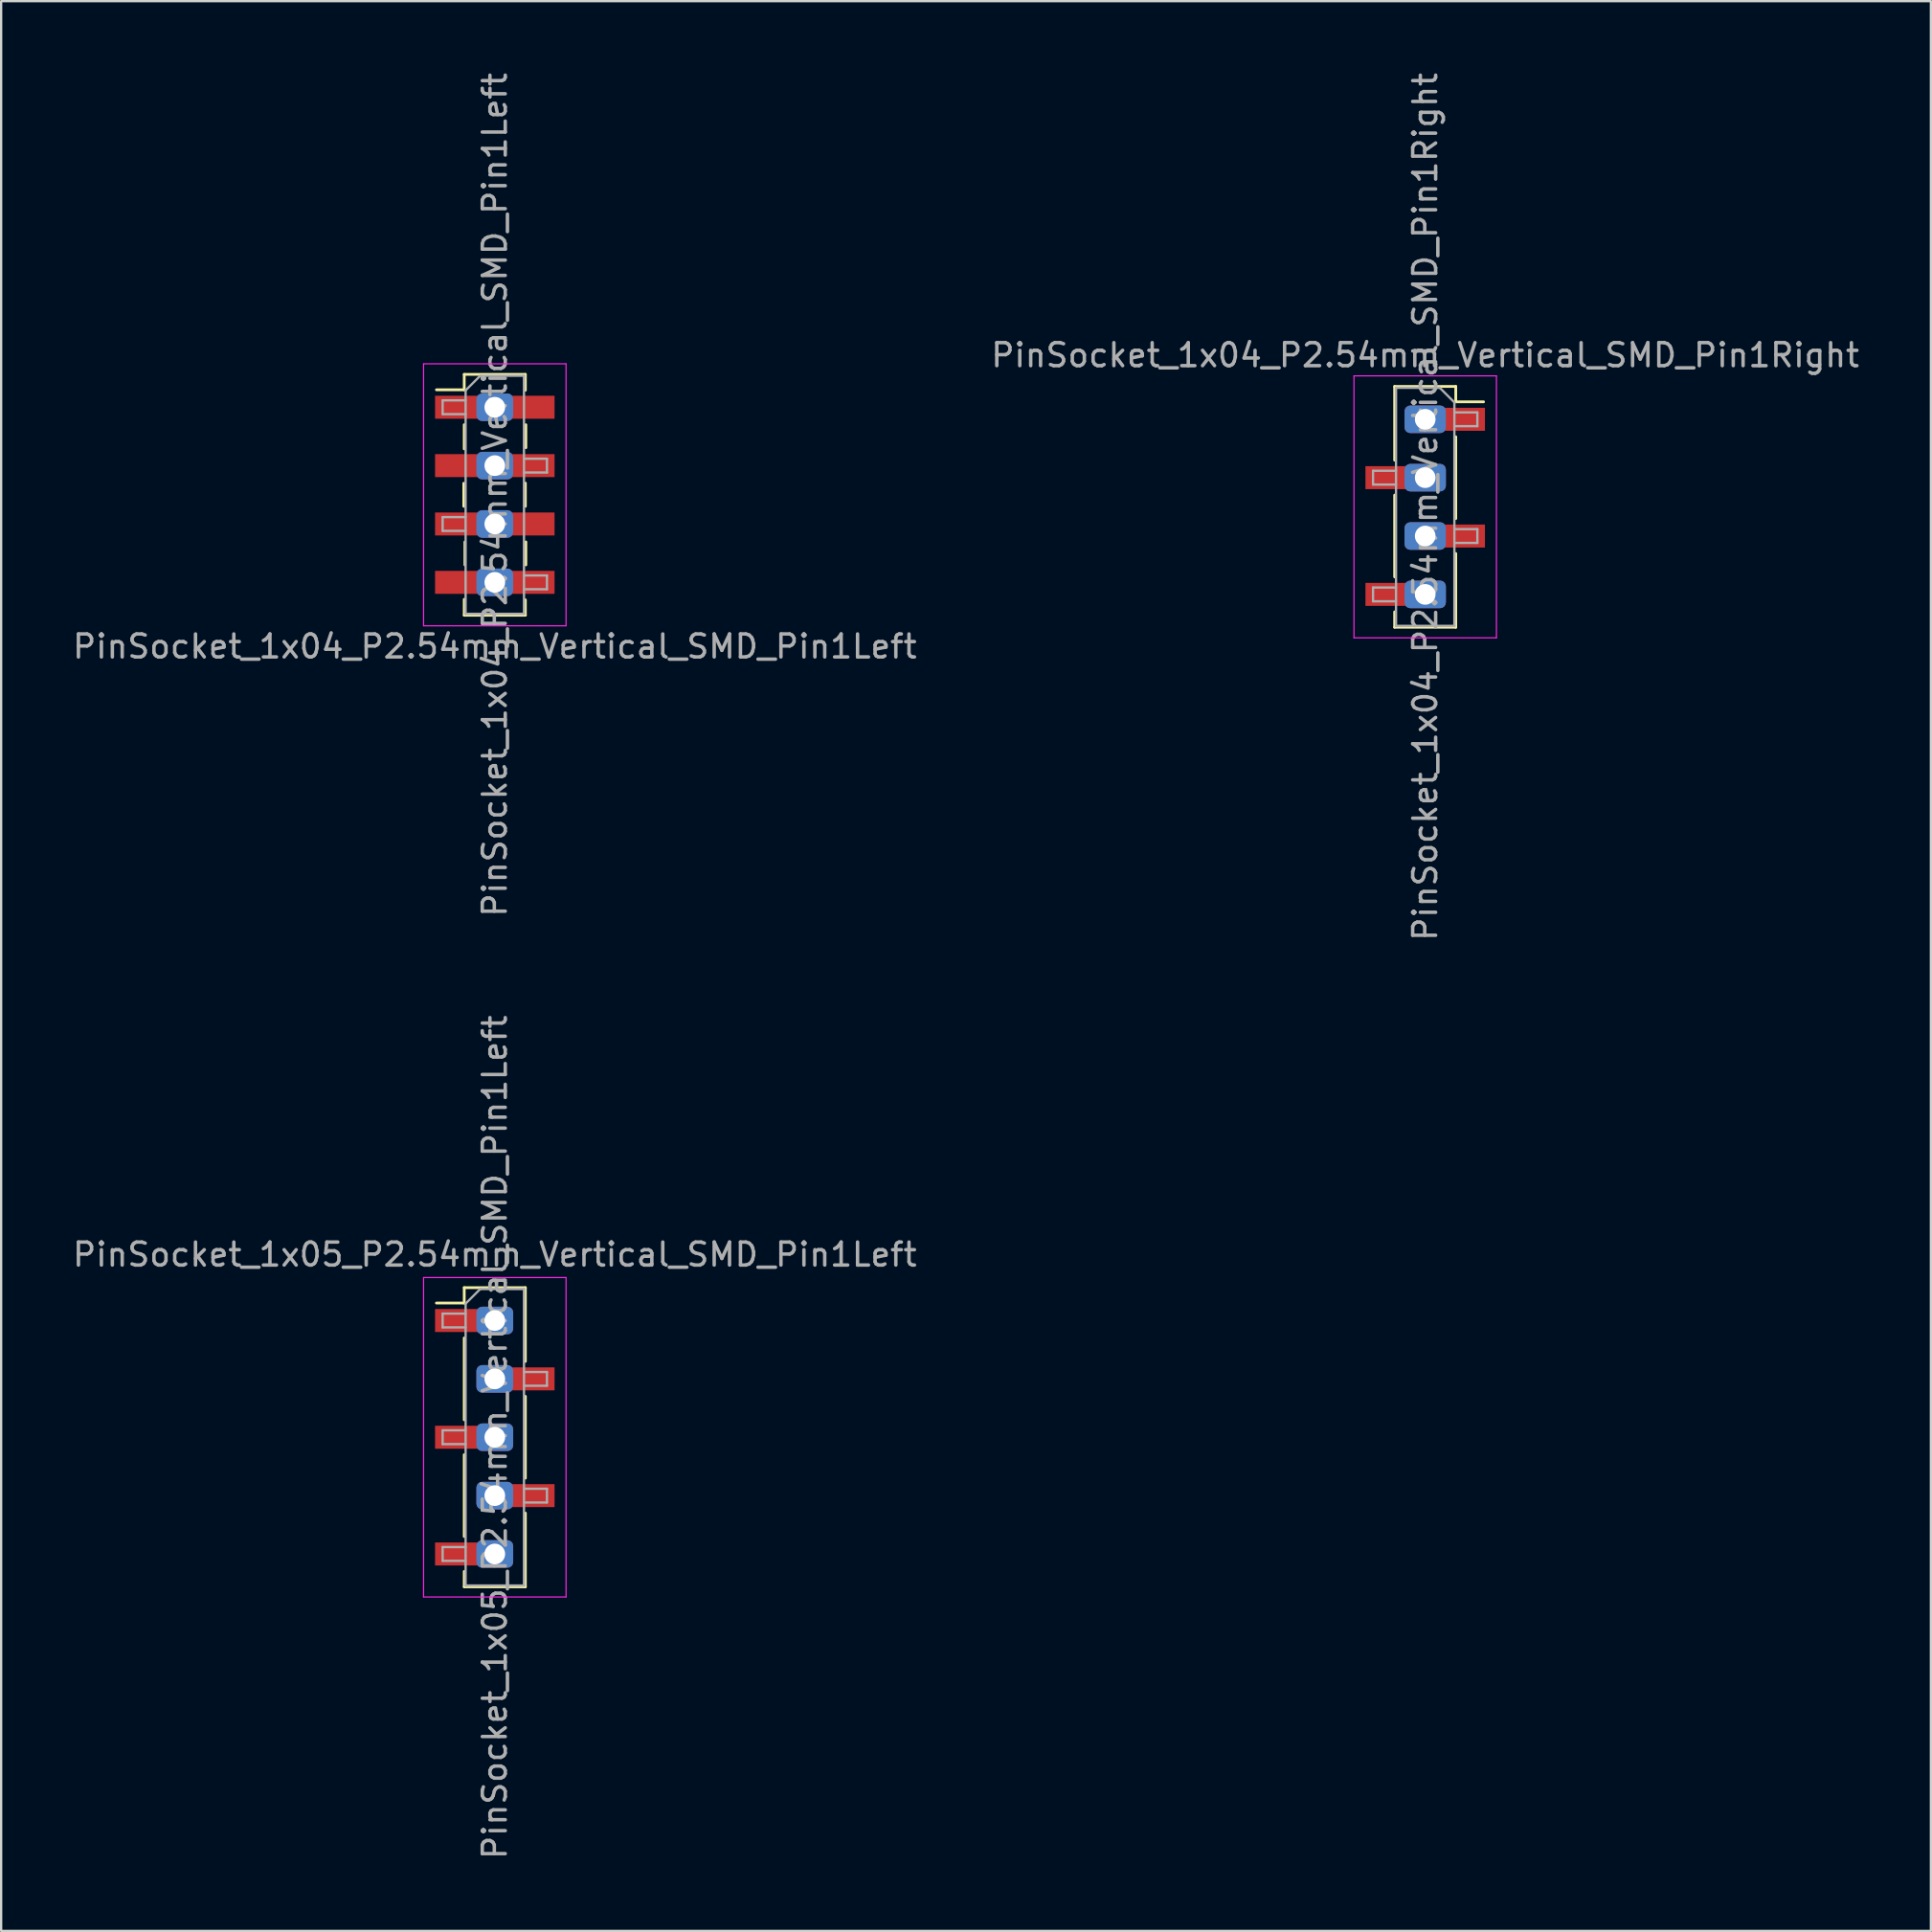
<source format=kicad_pcb>
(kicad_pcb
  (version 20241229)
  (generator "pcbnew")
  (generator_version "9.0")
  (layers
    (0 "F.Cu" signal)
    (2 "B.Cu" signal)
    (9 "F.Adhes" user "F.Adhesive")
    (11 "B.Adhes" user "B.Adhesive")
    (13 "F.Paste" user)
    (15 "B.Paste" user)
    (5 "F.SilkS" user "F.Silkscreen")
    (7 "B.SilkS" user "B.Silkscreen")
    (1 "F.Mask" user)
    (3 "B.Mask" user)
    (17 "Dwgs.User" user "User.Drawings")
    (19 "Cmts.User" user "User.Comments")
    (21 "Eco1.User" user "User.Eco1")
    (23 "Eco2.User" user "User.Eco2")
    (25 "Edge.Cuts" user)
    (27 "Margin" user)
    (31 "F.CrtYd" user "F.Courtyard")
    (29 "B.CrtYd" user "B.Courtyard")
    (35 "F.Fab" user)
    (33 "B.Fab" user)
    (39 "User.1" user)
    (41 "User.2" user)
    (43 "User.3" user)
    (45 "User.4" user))
  (footprint "PinSocket_1x05_P2.54mm_Vertical_SMD_Pin1Left"
    (layer "F.Cu")
    (at 18.482 59.494)
    (property "Reference" "PinSocket_1x05_P2.54mm_Vertical_SMD_Pin1Left" (at 0 -7.95 0) (layer "F.Fab") (effects (font (size 1 1) (thickness 0.15))))
    (attr smd)
    (fp_line (start -2.54 -5.84) (end -1.33 -5.84) (stroke (width 0.12) (type solid)) (layer "F.SilkS"))
    (fp_line (start -1.33 -6.51) (end -1.33 -5.84) (stroke (width 0.12) (type solid)) (layer "F.SilkS"))
    (fp_line (start -1.33 -6.51) (end 1.33 -6.51) (stroke (width 0.12) (type solid)) (layer "F.SilkS"))
    (fp_line (start -1.33 -4.32) (end -1.33 -0.76) (stroke (width 0.12) (type solid)) (layer "F.SilkS"))
    (fp_line (start -1.33 0.76) (end -1.33 4.32) (stroke (width 0.12) (type solid)) (layer "F.SilkS"))
    (fp_line (start -1.33 5.84) (end -1.33 6.51) (stroke (width 0.12) (type solid)) (layer "F.SilkS"))
    (fp_line (start -1.33 6.51) (end 1.33 6.51) (stroke (width 0.12) (type solid)) (layer "F.SilkS"))
    (fp_line (start 1.33 -6.51) (end 1.33 -3.3) (stroke (width 0.12) (type solid)) (layer "F.SilkS"))
    (fp_line (start 1.33 -1.78) (end 1.33 1.78) (stroke (width 0.12) (type solid)) (layer "F.SilkS"))
    (fp_line (start 1.33 3.3) (end 1.33 6.51) (stroke (width 0.12) (type solid)) (layer "F.SilkS"))
    (fp_line (start -3.1 -6.95) (end 3.1 -6.95) (stroke (width 0.05) (type solid)) (layer "F.CrtYd"))
    (fp_line (start -3.1 6.95) (end -3.1 -6.95) (stroke (width 0.05) (type solid)) (layer "F.CrtYd"))
    (fp_line (start 3.1 -6.95) (end 3.1 6.95) (stroke (width 0.05) (type solid)) (layer "F.CrtYd"))
    (fp_line (start 3.1 6.95) (end -3.1 6.95) (stroke (width 0.05) (type solid)) (layer "F.CrtYd"))
    (fp_line (start -2.27 -5.38) (end -1.27 -5.38) (stroke (width 0.1) (type solid)) (layer "F.Fab"))
    (fp_line (start -2.27 -4.78) (end -2.27 -5.38) (stroke (width 0.1) (type solid)) (layer "F.Fab"))
    (fp_line (start -2.27 -0.3) (end -1.27 -0.3) (stroke (width 0.1) (type solid)) (layer "F.Fab"))
    (fp_line (start -2.27 0.3) (end -2.27 -0.3) (stroke (width 0.1) (type solid)) (layer "F.Fab"))
    (fp_line (start -2.27 4.78) (end -1.27 4.78) (stroke (width 0.1) (type solid)) (layer "F.Fab"))
    (fp_line (start -2.27 5.38) (end -2.27 4.78) (stroke (width 0.1) (type solid)) (layer "F.Fab"))
    (fp_line (start -1.27 -5.815) (end -0.635 -6.45) (stroke (width 0.1) (type solid)) (layer "F.Fab"))
    (fp_line (start -1.27 -4.78) (end -2.27 -4.78) (stroke (width 0.1) (type solid)) (layer "F.Fab"))
    (fp_line (start -1.27 0.3) (end -2.27 0.3) (stroke (width 0.1) (type solid)) (layer "F.Fab"))
    (fp_line (start -1.27 5.38) (end -2.27 5.38) (stroke (width 0.1) (type solid)) (layer "F.Fab"))
    (fp_line (start -1.27 6.45) (end -1.27 -5.815) (stroke (width 0.1) (type solid)) (layer "F.Fab"))
    (fp_line (start -0.635 -6.45) (end 1.27 -6.45) (stroke (width 0.1) (type solid)) (layer "F.Fab"))
    (fp_line (start 1.27 -6.45) (end 1.27 6.45) (stroke (width 0.1) (type solid)) (layer "F.Fab"))
    (fp_line (start 1.27 -2.84) (end 2.27 -2.84) (stroke (width 0.1) (type solid)) (layer "F.Fab"))
    (fp_line (start 1.27 2.24) (end 2.27 2.24) (stroke (width 0.1) (type solid)) (layer "F.Fab"))
    (fp_line (start 1.27 6.45) (end -1.27 6.45) (stroke (width 0.1) (type solid)) (layer "F.Fab"))
    (fp_line (start 2.27 -2.84) (end 2.27 -2.24) (stroke (width 0.1) (type solid)) (layer "F.Fab"))
    (fp_line (start 2.27 -2.24) (end 1.27 -2.24) (stroke (width 0.1) (type solid)) (layer "F.Fab"))
    (fp_line (start 2.27 2.24) (end 2.27 2.84) (stroke (width 0.1) (type solid)) (layer "F.Fab"))
    (fp_line (start 2.27 2.84) (end 1.27 2.84) (stroke (width 0.1) (type solid)) (layer "F.Fab"))
    (fp_text user "${REFERENCE}" (at 0 0 90) (layer "F.Fab") (effects (font (size 1 1) (thickness 0.15))))
    (pad "1" smd rect (at -1.65 -5.08) (size 1.9 1) (layers "F.Cu" "F.Mask" "F.Paste"))
    (pad "1" thru_hole roundrect (at 0 -5.08) (size 1.6 1.2) (drill 0.9) (layers "*.Cu" "*.Mask") (roundrect_rratio 0.208))
    (pad "2" thru_hole roundrect (at 0 -2.54) (size 1.6 1.2) (drill 0.9) (layers "*.Cu" "*.Mask") (roundrect_rratio 0.208))
    (pad "2" smd rect (at 1.65 -2.54) (size 1.9 1) (layers "F.Cu" "F.Mask" "F.Paste"))
    (pad "3" smd rect (at -1.65 0) (size 1.9 1) (layers "F.Cu" "F.Mask" "F.Paste"))
    (pad "3" thru_hole roundrect (at 0 0) (size 1.6 1.2) (drill 0.9) (layers "*.Cu" "*.Mask") (roundrect_rratio 0.208))
    (pad "4" thru_hole roundrect (at 0 2.54) (size 1.6 1.2) (drill 0.9) (layers "*.Cu" "*.Mask") (roundrect_rratio 0.208))
    (pad "4" smd rect (at 1.65 2.54) (size 1.9 1) (layers "F.Cu" "F.Mask" "F.Paste"))
    (pad "5" smd rect (at -1.65 5.08) (size 1.9 1) (layers "F.Cu" "F.Mask" "F.Paste"))
    (pad "5" thru_hole roundrect (at 0 5.08) (size 1.6 1.2) (drill 0.9) (layers "*.Cu" "*.Mask") (roundrect_rratio 0.208)))
  (footprint "PinSocket_1x04_P2.54mm_Vertical_SMD_Pin1Left"
    (layer "F.Cu")
    (at 18.482 18.482)
    (property "Reference" "PinSocket_1x04_P2.54mm_Vertical_SMD_Pin1Left" (at 0 6.6 0) (layer "F.Fab") (effects (font (size 1 1) (thickness 0.15))))
    (attr smd)
    (fp_line (start -2.54 -4.57) (end -1.33 -4.57) (stroke (width 0.12) (type solid)) (layer "F.SilkS"))
    (fp_line (start -1.35 -0.5) (end -1.35 0.5) (stroke (width 0.12) (type solid)) (layer "F.SilkS"))
    (fp_line (start -1.33 -5.24) (end -1.33 -4.57) (stroke (width 0.12) (type solid)) (layer "F.SilkS"))
    (fp_line (start -1.33 -5.24) (end 1.33 -5.24) (stroke (width 0.12) (type solid)) (layer "F.SilkS"))
    (fp_line (start -1.33 -3.05) (end -1.33 -2) (stroke (width 0.12) (type solid)) (layer "F.SilkS"))
    (fp_line (start -1.33 4.55) (end -1.33 5.24) (stroke (width 0.12) (type solid)) (layer "F.SilkS"))
    (fp_line (start -1.33 5.24) (end 1.33 5.24) (stroke (width 0.12) (type solid)) (layer "F.SilkS"))
    (fp_line (start -1.3 2.05) (end -1.3 3.05) (stroke (width 0.12) (type solid)) (layer "F.SilkS"))
    (fp_line (start 1.33 -5.24) (end 1.33 -4.55) (stroke (width 0.12) (type solid)) (layer "F.SilkS"))
    (fp_line (start 1.33 -0.51) (end 1.33 0.5) (stroke (width 0.12) (type solid)) (layer "F.SilkS"))
    (fp_line (start 1.33 4.57) (end 1.33 5.24) (stroke (width 0.12) (type solid)) (layer "F.SilkS"))
    (fp_line (start 1.35 -3.05) (end 1.35 -2.05) (stroke (width 0.12) (type solid)) (layer "F.SilkS"))
    (fp_line (start 1.35 2.05) (end 1.35 3.05) (stroke (width 0.12) (type solid)) (layer "F.SilkS"))
    (fp_line (start -3.1 -5.7) (end 3.1 -5.7) (stroke (width 0.05) (type solid)) (layer "F.CrtYd"))
    (fp_line (start -3.1 5.7) (end -3.1 -5.7) (stroke (width 0.05) (type solid)) (layer "F.CrtYd"))
    (fp_line (start 3.1 -5.7) (end 3.1 5.7) (stroke (width 0.05) (type solid)) (layer "F.CrtYd"))
    (fp_line (start 3.1 5.7) (end -3.1 5.7) (stroke (width 0.05) (type solid)) (layer "F.CrtYd"))
    (fp_line (start -2.27 -4.11) (end -1.27 -4.11) (stroke (width 0.1) (type solid)) (layer "F.Fab"))
    (fp_line (start -2.27 -3.51) (end -2.27 -4.11) (stroke (width 0.1) (type solid)) (layer "F.Fab"))
    (fp_line (start -2.27 0.97) (end -1.27 0.97) (stroke (width 0.1) (type solid)) (layer "F.Fab"))
    (fp_line (start -2.27 1.57) (end -2.27 0.97) (stroke (width 0.1) (type solid)) (layer "F.Fab"))
    (fp_line (start -1.27 -4.545) (end -0.635 -5.18) (stroke (width 0.1) (type solid)) (layer "F.Fab"))
    (fp_line (start -1.27 -3.51) (end -2.27 -3.51) (stroke (width 0.1) (type solid)) (layer "F.Fab"))
    (fp_line (start -1.27 1.57) (end -2.27 1.57) (stroke (width 0.1) (type solid)) (layer "F.Fab"))
    (fp_line (start -1.27 5.18) (end -1.27 -4.545) (stroke (width 0.1) (type solid)) (layer "F.Fab"))
    (fp_line (start -0.635 -5.18) (end 1.27 -5.18) (stroke (width 0.1) (type solid)) (layer "F.Fab"))
    (fp_line (start 1.27 -5.18) (end 1.27 5.18) (stroke (width 0.1) (type solid)) (layer "F.Fab"))
    (fp_line (start 1.27 -1.57) (end 2.27 -1.57) (stroke (width 0.1) (type solid)) (layer "F.Fab"))
    (fp_line (start 1.27 3.51) (end 2.27 3.51) (stroke (width 0.1) (type solid)) (layer "F.Fab"))
    (fp_line (start 1.27 5.18) (end -1.27 5.18) (stroke (width 0.1) (type solid)) (layer "F.Fab"))
    (fp_line (start 2.27 -1.57) (end 2.27 -0.97) (stroke (width 0.1) (type solid)) (layer "F.Fab"))
    (fp_line (start 2.27 -0.97) (end 1.27 -0.97) (stroke (width 0.1) (type solid)) (layer "F.Fab"))
    (fp_line (start 2.27 3.51) (end 2.27 4.11) (stroke (width 0.1) (type solid)) (layer "F.Fab"))
    (fp_line (start 2.27 4.11) (end 1.27 4.11) (stroke (width 0.1) (type solid)) (layer "F.Fab"))
    (fp_text user "${REFERENCE}" (at 0 0 90) (layer "F.Fab") (effects (font (size 1 1) (thickness 0.15))))
    (pad "1" smd rect (at -1.65 -3.81) (size 1.9 1) (layers "F.Cu" "F.Mask" "F.Paste"))
    (pad "1" thru_hole roundrect (at 0 -3.81) (size 1.6 1.2) (drill 0.9) (layers "*.Cu" "*.Mask") (roundrect_rratio 0.208))
    (pad "1" smd rect (at 1.65 -3.81) (size 1.9 1) (layers "F.Cu" "F.Mask" "F.Paste"))
    (pad "2" smd rect (at -1.65 -1.27) (size 1.9 1) (layers "F.Cu" "F.Mask" "F.Paste"))
    (pad "2" thru_hole roundrect (at 0 -1.27) (size 1.6 1.2) (drill 0.9) (layers "*.Cu" "*.Mask") (roundrect_rratio 0.208))
    (pad "2" smd rect (at 1.65 -1.27) (size 1.9 1) (layers "F.Cu" "F.Mask" "F.Paste"))
    (pad "3" smd rect (at -1.65 1.27) (size 1.9 1) (layers "F.Cu" "F.Mask" "F.Paste"))
    (pad "3" thru_hole roundrect (at 0 1.27) (size 1.6 1.2) (drill 0.9) (layers "*.Cu" "*.Mask") (roundrect_rratio 0.208))
    (pad "3" smd rect (at 1.65 1.27) (size 1.9 1) (layers "F.Cu" "F.Mask" "F.Paste"))
    (pad "4" smd rect (at -1.65 3.81) (size 1.9 1) (layers "F.Cu" "F.Mask" "F.Paste"))
    (pad "4" thru_hole roundrect (at 0 3.81) (size 1.6 1.2) (drill 0.9) (layers "*.Cu" "*.Mask") (roundrect_rratio 0.208))
    (pad "4" smd rect (at 1.65 3.81) (size 1.9 1) (layers "F.Cu" "F.Mask" "F.Paste")))
  (footprint "PinSocket_1x04_P2.54mm_Vertical_SMD_Pin1Right"
    (layer "F.Cu")
    (at 58.97 19.006)
    (property "Reference" "PinSocket_1x04_P2.54mm_Vertical_SMD_Pin1Right" (at 0 -6.6 180) (layer "F.Fab") (effects (font (size 1 1) (thickness 0.15))))
    (attr smd)
    (fp_line (start -1.33 -5.24) (end -1.33 -2.03) (stroke (width 0.12) (type solid)) (layer "F.SilkS"))
    (fp_line (start -1.33 -5.24) (end 1.33 -5.24) (stroke (width 0.12) (type solid)) (layer "F.SilkS"))
    (fp_line (start -1.33 -0.51) (end -1.33 3.05) (stroke (width 0.12) (type solid)) (layer "F.SilkS"))
    (fp_line (start -1.33 4.57) (end -1.33 5.24) (stroke (width 0.12) (type solid)) (layer "F.SilkS"))
    (fp_line (start -1.33 5.24) (end 1.33 5.24) (stroke (width 0.12) (type solid)) (layer "F.SilkS"))
    (fp_line (start 1.33 -5.24) (end 1.33 -4.57) (stroke (width 0.12) (type solid)) (layer "F.SilkS"))
    (fp_line (start 1.33 -4.57) (end 2.54 -4.57) (stroke (width 0.12) (type solid)) (layer "F.SilkS"))
    (fp_line (start 1.33 -3.05) (end 1.33 0.51) (stroke (width 0.12) (type solid)) (layer "F.SilkS"))
    (fp_line (start 1.33 2.03) (end 1.33 5.24) (stroke (width 0.12) (type solid)) (layer "F.SilkS"))
    (fp_line (start -3.1 -5.7) (end 3.1 -5.7) (stroke (width 0.05) (type solid)) (layer "F.CrtYd"))
    (fp_line (start -3.1 5.7) (end -3.1 -5.7) (stroke (width 0.05) (type solid)) (layer "F.CrtYd"))
    (fp_line (start 3.1 -5.7) (end 3.1 5.7) (stroke (width 0.05) (type solid)) (layer "F.CrtYd"))
    (fp_line (start 3.1 5.7) (end -3.1 5.7) (stroke (width 0.05) (type solid)) (layer "F.CrtYd"))
    (fp_line (start -2.27 -1.57) (end -1.27 -1.57) (stroke (width 0.1) (type solid)) (layer "F.Fab"))
    (fp_line (start -2.27 -0.97) (end -2.27 -1.57) (stroke (width 0.1) (type solid)) (layer "F.Fab"))
    (fp_line (start -2.27 3.51) (end -1.27 3.51) (stroke (width 0.1) (type solid)) (layer "F.Fab"))
    (fp_line (start -2.27 4.11) (end -2.27 3.51) (stroke (width 0.1) (type solid)) (layer "F.Fab"))
    (fp_line (start -1.27 -5.18) (end 0.635 -5.18) (stroke (width 0.1) (type solid)) (layer "F.Fab"))
    (fp_line (start -1.27 -0.97) (end -2.27 -0.97) (stroke (width 0.1) (type solid)) (layer "F.Fab"))
    (fp_line (start -1.27 4.11) (end -2.27 4.11) (stroke (width 0.1) (type solid)) (layer "F.Fab"))
    (fp_line (start -1.27 5.18) (end -1.27 -5.18) (stroke (width 0.1) (type solid)) (layer "F.Fab"))
    (fp_line (start 0.635 -5.18) (end 1.27 -4.545) (stroke (width 0.1) (type solid)) (layer "F.Fab"))
    (fp_line (start 1.27 -4.545) (end 1.27 5.18) (stroke (width 0.1) (type solid)) (layer "F.Fab"))
    (fp_line (start 1.27 -4.11) (end 2.27 -4.11) (stroke (width 0.1) (type solid)) (layer "F.Fab"))
    (fp_line (start 1.27 0.97) (end 2.27 0.97) (stroke (width 0.1) (type solid)) (layer "F.Fab"))
    (fp_line (start 1.27 5.18) (end -1.27 5.18) (stroke (width 0.1) (type solid)) (layer "F.Fab"))
    (fp_line (start 2.27 -4.11) (end 2.27 -3.51) (stroke (width 0.1) (type solid)) (layer "F.Fab"))
    (fp_line (start 2.27 -3.51) (end 1.27 -3.51) (stroke (width 0.1) (type solid)) (layer "F.Fab"))
    (fp_line (start 2.27 0.97) (end 2.27 1.57) (stroke (width 0.1) (type solid)) (layer "F.Fab"))
    (fp_line (start 2.27 1.57) (end 1.27 1.57) (stroke (width 0.1) (type solid)) (layer "F.Fab"))
    (fp_text user "${REFERENCE}" (at 0 0 270) (layer "F.Fab") (effects (font (size 1 1) (thickness 0.15))))
    (pad "1" thru_hole roundrect (at 0 -3.81) (size 1.8 1.2) (drill 0.9) (layers "*.Cu" "*.Mask") (roundrect_rratio 0.208))
    (pad "1" smd rect (at 1.65 -3.81) (size 1.9 1) (layers "F.Cu" "F.Mask" "F.Paste"))
    (pad "2" smd rect (at -1.65 -1.27) (size 1.9 1) (layers "F.Cu" "F.Mask" "F.Paste"))
    (pad "2" thru_hole roundrect (at 0 -1.27) (size 1.8 1.2) (drill 0.9) (layers "*.Cu" "*.Mask") (roundrect_rratio 0.208))
    (pad "3" thru_hole roundrect (at 0 1.27) (size 1.8 1.2) (drill 0.9) (layers "*.Cu" "*.Mask") (roundrect_rratio 0.208))
    (pad "3" smd rect (at 1.65 1.27) (size 1.9 1) (layers "F.Cu" "F.Mask" "F.Paste"))
    (pad "4" smd rect (at -1.65 3.81) (size 1.9 1) (layers "F.Cu" "F.Mask" "F.Paste"))
    (pad "4" thru_hole roundrect (at 0 3.81) (size 1.8 1.2) (drill 0.9) (layers "*.Cu" "*.Mask") (roundrect_rratio 0.208)))
  (gr_rect
    (start -3 -3)
    (end 80.976 80.976)
    (stroke (width 0.1) (type default))
    (fill no)
    (layer "Edge.Cuts")))
</source>
